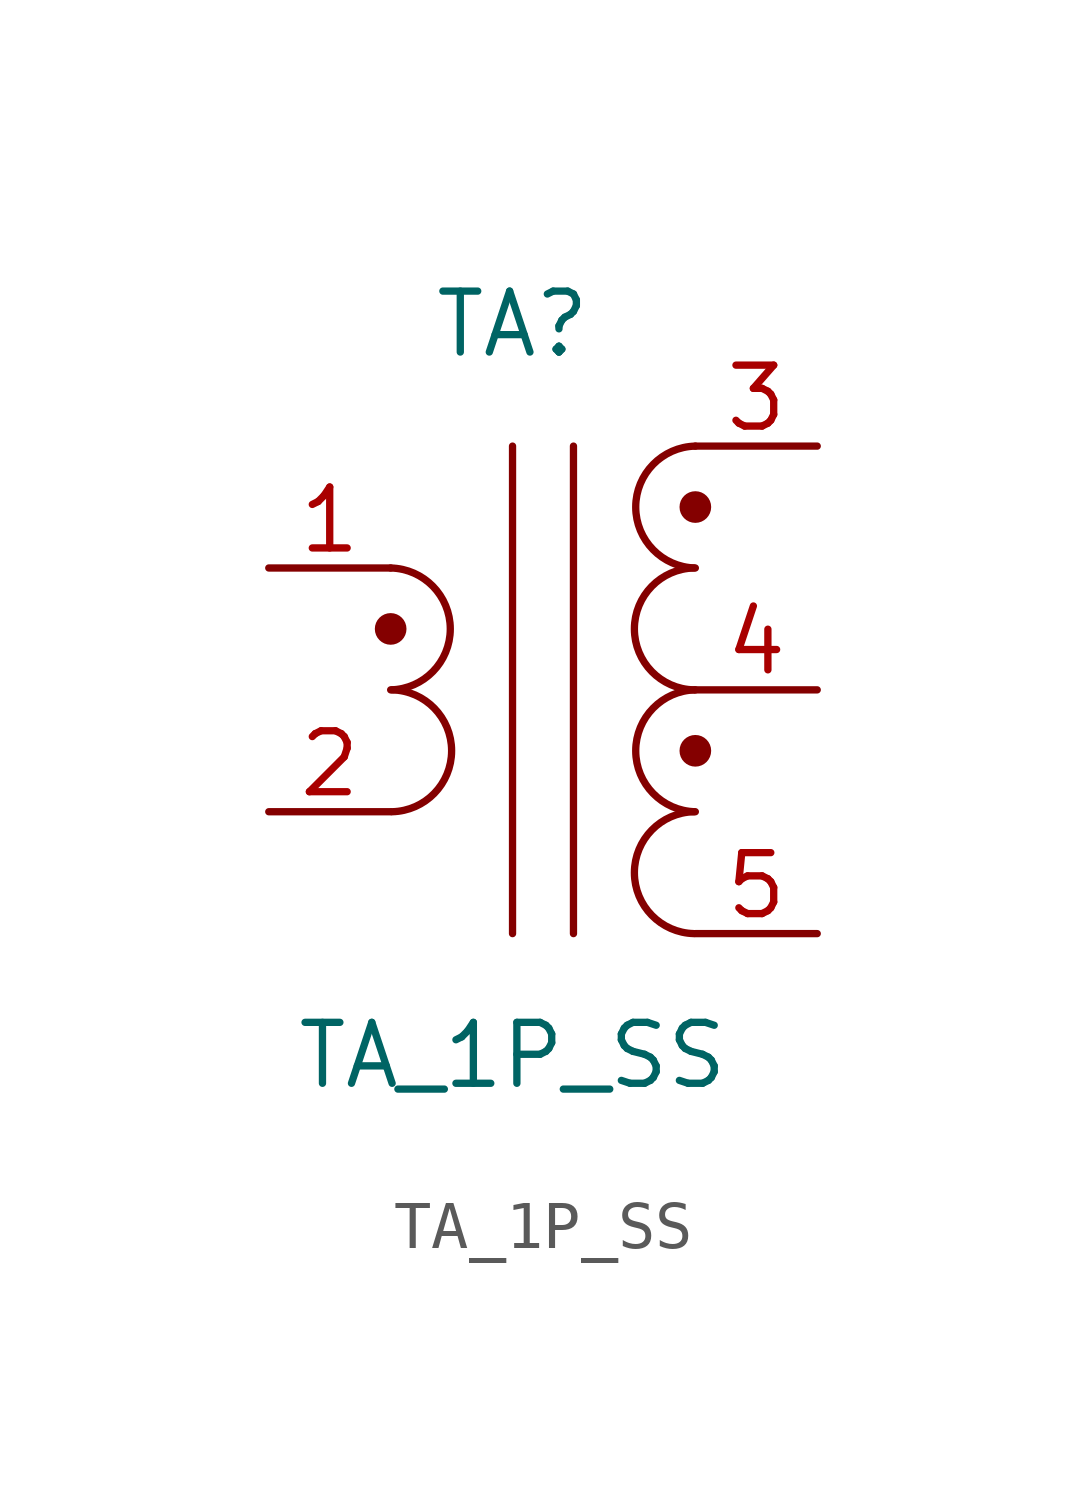
<source format=kicad_sym>
(kicad_symbol_lib
  (version 20231120)
  (generator "kicad_symbol_editor")
  (generator_version "8.0")
  (symbol "TA_1P_SS"
    (pin_names
      (offset 1.016) hide)
    (property "Reference" "TA"
      (at -1.27 7.62 0)
      (effects (font (size 1.27 1.27))))
    (property "Value" "TA_1P_SS"
      (at -1.27 -7.62 0)
      (effects (font (size 1.27 1.27))))
    (symbol "TA_1P_SS_0_1"
      (arc (start -3.81 0) (mid -2.5673 1.27) (end -3.81 2.54) (stroke (width 0) (type default)) (fill (type none)))
      (circle (center -3.81 1.27) (radius 0.254) (stroke (width 0.152) (type default)) (fill (type outline)))
      (arc (start -3.7824 -2.54) (mid -2.5397 -1.27) (end -3.7824 0) (stroke (width 0) (type default)) (fill (type none)))
      (polyline (pts (xy -1.27 5.08) (xy -1.27 -5.08)) (stroke (width 0) (type default)) (fill (type none)))
      (polyline (pts (xy 0 5.08) (xy 0 -5.08)) (stroke (width 0) (type default)) (fill (type none)))
      (arc (start 2.5124 -2.54) (mid 1.2697 -3.81) (end 2.5124 -5.08) (stroke (width 0) (type default)) (fill (type none)))
      (arc (start 2.5124 2.54) (mid 1.2697 1.27) (end 2.5124 0) (stroke (width 0) (type default)) (fill (type none)))
      (circle (center 2.54 -1.27) (radius 0.254) (stroke (width 0.152) (type default)) (fill (type outline)))
      (arc (start 2.54 0) (mid 1.2973 -1.27) (end 2.54 -2.54) (stroke (width 0) (type default)) (fill (type none)))
      (circle (center 2.54 3.81) (radius 0.254) (stroke (width 0.152) (type default)) (fill (type outline)))
      (arc (start 2.54 5.08) (mid 1.2973 3.81) (end 2.54 2.54) (stroke (width 0) (type default)) (fill (type none))))
    (symbol "TA_1P_SS_1_1"
      (pin passive line (at -6.35 2.54 0) (length 2.54) (name "AA" (effects (font (size 1.27 1.27)))) (number "1" (effects (font (size 1.27 1.27)))))
      (pin passive line (at -6.35 -2.54 0) (length 2.54) (name "AB" (effects (font (size 1.27 1.27)))) (number "2" (effects (font (size 1.27 1.27)))))
      (pin passive line (at 5.08 5.08 180) (length 2.54) (name "AA" (effects (font (size 1.27 1.27)))) (number "3" (effects (font (size 1.27 1.27)))))
      (pin passive line (at 5.08 0 180) (length 2.54) (name "AA" (effects (font (size 1.27 1.27)))) (number "4" (effects (font (size 1.27 1.27)))))
      (pin passive line (at 5.08 -5.08 180) (length 2.54) (name "AB" (effects (font (size 1.27 1.27)))) (number "5" (effects (font (size 1.27 1.27))))))))
</source>
